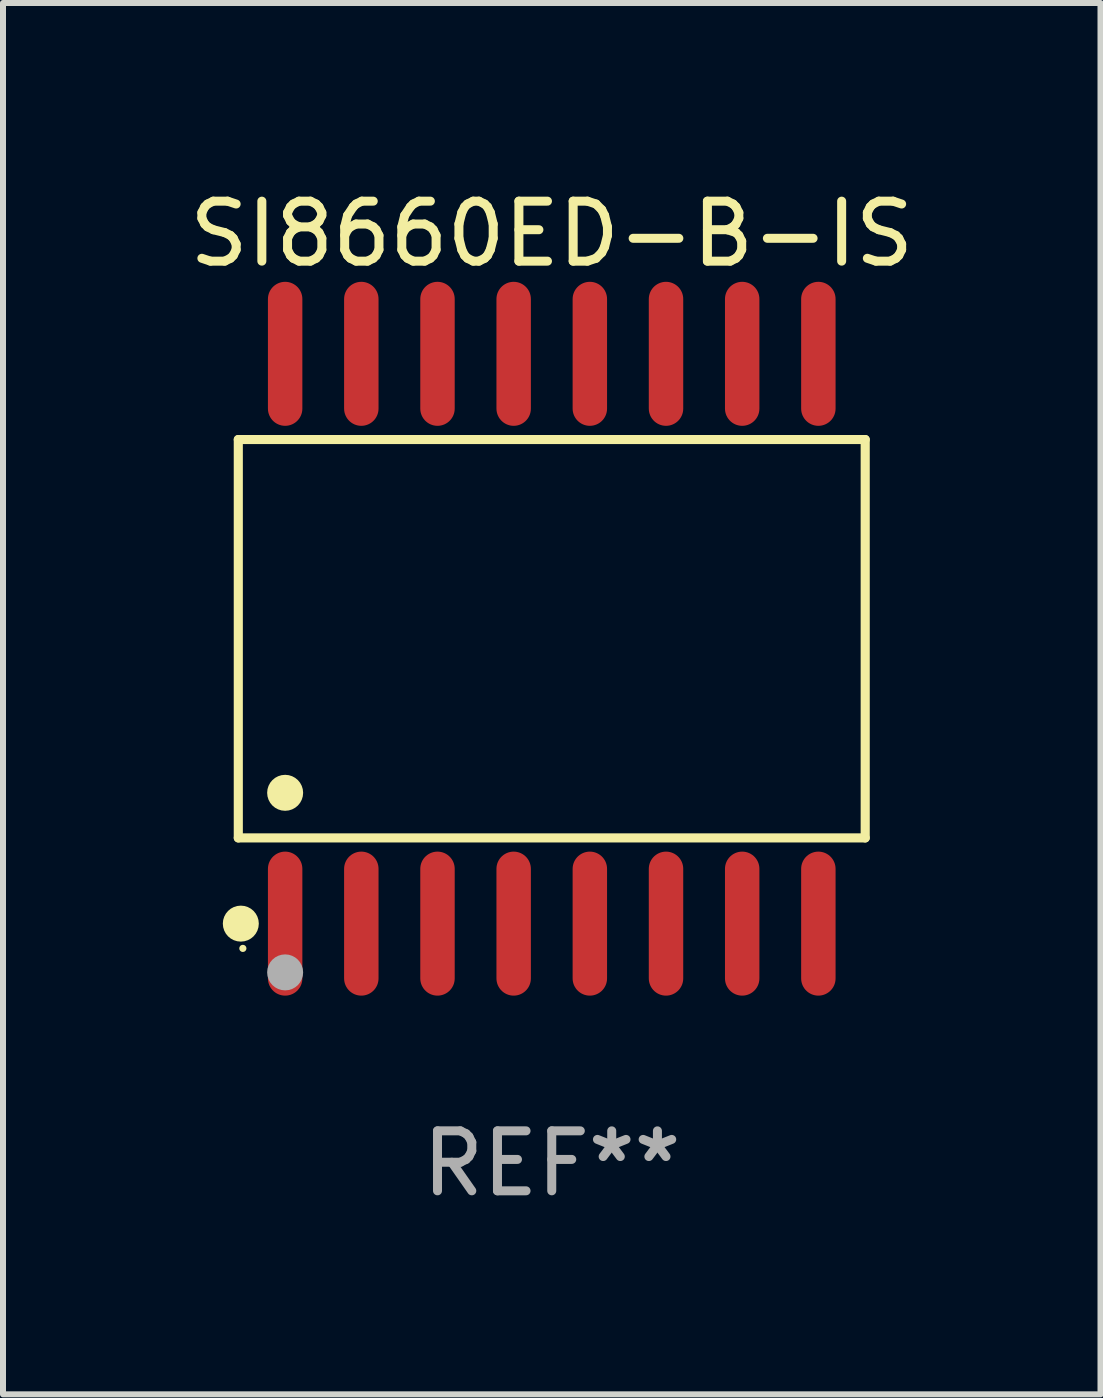
<source format=kicad_pcb>
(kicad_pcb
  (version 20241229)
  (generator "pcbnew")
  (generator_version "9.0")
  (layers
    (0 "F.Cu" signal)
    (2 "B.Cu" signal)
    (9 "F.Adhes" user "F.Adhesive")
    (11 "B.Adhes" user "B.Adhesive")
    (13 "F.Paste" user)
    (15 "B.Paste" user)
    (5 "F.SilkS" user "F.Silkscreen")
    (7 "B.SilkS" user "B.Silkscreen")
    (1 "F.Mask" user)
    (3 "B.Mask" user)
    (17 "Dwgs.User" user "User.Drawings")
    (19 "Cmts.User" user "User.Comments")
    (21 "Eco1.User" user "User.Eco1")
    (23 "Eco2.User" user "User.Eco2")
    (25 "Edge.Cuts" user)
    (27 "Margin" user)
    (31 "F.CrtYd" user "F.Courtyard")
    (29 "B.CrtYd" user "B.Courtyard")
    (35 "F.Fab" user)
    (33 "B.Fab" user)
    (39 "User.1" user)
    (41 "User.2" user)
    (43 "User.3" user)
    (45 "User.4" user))
  (footprint "SI8660ED-B-IS"
    (layer "F.Cu")
    (at 6.149 7.599)
    (property "Reference" "SI8660ED-B-IS" (at 0 -6.75 0) (layer "F.SilkS") (effects (font (size 1 1) (thickness 0.15))))
    (attr through_hole)
    (fp_line (start -5.226 -3.321) (end 5.226 -3.321) (stroke (width 0.152) (type solid)) (layer "F.SilkS"))
    (fp_line (start -5.226 3.321) (end -5.226 -3.321) (stroke (width 0.152) (type solid)) (layer "F.SilkS"))
    (fp_line (start 5.226 -3.321) (end 5.226 3.321) (stroke (width 0.152) (type solid)) (layer "F.SilkS"))
    (fp_line (start 5.226 3.321) (end -5.226 3.321) (stroke (width 0.152) (type solid)) (layer "F.SilkS"))
    (fp_circle (center -5.184 4.75) (end -5.034 4.75) (stroke (width 0.3) (type solid)) (fill no) (layer "F.SilkS"))
    (fp_circle (center -5.15 5.163) (end -5.12 5.163) (stroke (width 0.06) (type solid)) (fill no) (layer "F.SilkS"))
    (fp_circle (center -4.445 2.569) (end -4.295 2.569) (stroke (width 0.3) (type solid)) (fill no) (layer "F.SilkS"))
    (fp_circle (center -4.445 5.563) (end -4.295 5.563) (stroke (width 0.3) (type solid)) (fill no) (layer "F.Fab"))
    (fp_text user "REF**" (at 0 8.75 0) (layer "F.Fab") (effects (font (size 1 1) (thickness 0.15))))
    (pad "1" smd oval (at -4.445 4.75) (size 0.574 2.401) (layers "F.Cu" "F.Mask" "F.Paste"))
    (pad "2" smd oval (at -3.175 4.75) (size 0.574 2.401) (layers "F.Cu" "F.Mask" "F.Paste"))
    (pad "3" smd oval (at -1.905 4.75) (size 0.574 2.401) (layers "F.Cu" "F.Mask" "F.Paste"))
    (pad "4" smd oval (at -0.635 4.75) (size 0.574 2.401) (layers "F.Cu" "F.Mask" "F.Paste"))
    (pad "5" smd oval (at 0.635 4.75) (size 0.574 2.401) (layers "F.Cu" "F.Mask" "F.Paste"))
    (pad "6" smd oval (at 1.905 4.75) (size 0.574 2.401) (layers "F.Cu" "F.Mask" "F.Paste"))
    (pad "7" smd oval (at 3.175 4.75) (size 0.574 2.401) (layers "F.Cu" "F.Mask" "F.Paste"))
    (pad "8" smd oval (at 4.445 4.75) (size 0.574 2.401) (layers "F.Cu" "F.Mask" "F.Paste"))
    (pad "9" smd oval (at 4.445 -4.75) (size 0.574 2.401) (layers "F.Cu" "F.Mask" "F.Paste"))
    (pad "10" smd oval (at 3.175 -4.75) (size 0.574 2.401) (layers "F.Cu" "F.Mask" "F.Paste"))
    (pad "11" smd oval (at 1.905 -4.75) (size 0.574 2.401) (layers "F.Cu" "F.Mask" "F.Paste"))
    (pad "12" smd oval (at 0.635 -4.75) (size 0.574 2.401) (layers "F.Cu" "F.Mask" "F.Paste"))
    (pad "13" smd oval (at -0.635 -4.75) (size 0.574 2.401) (layers "F.Cu" "F.Mask" "F.Paste"))
    (pad "14" smd oval (at -1.905 -4.75) (size 0.574 2.401) (layers "F.Cu" "F.Mask" "F.Paste"))
    (pad "15" smd oval (at -3.175 -4.75) (size 0.574 2.401) (layers "F.Cu" "F.Mask" "F.Paste"))
    (pad "16" smd oval (at -4.445 -4.75) (size 0.574 2.401) (layers "F.Cu" "F.Mask" "F.Paste")))
  (gr_rect
    (start -3 -3)
    (end 15.298 20.197)
    (stroke (width 0.1) (type default))
    (fill no)
    (layer "Edge.Cuts")))
</source>
